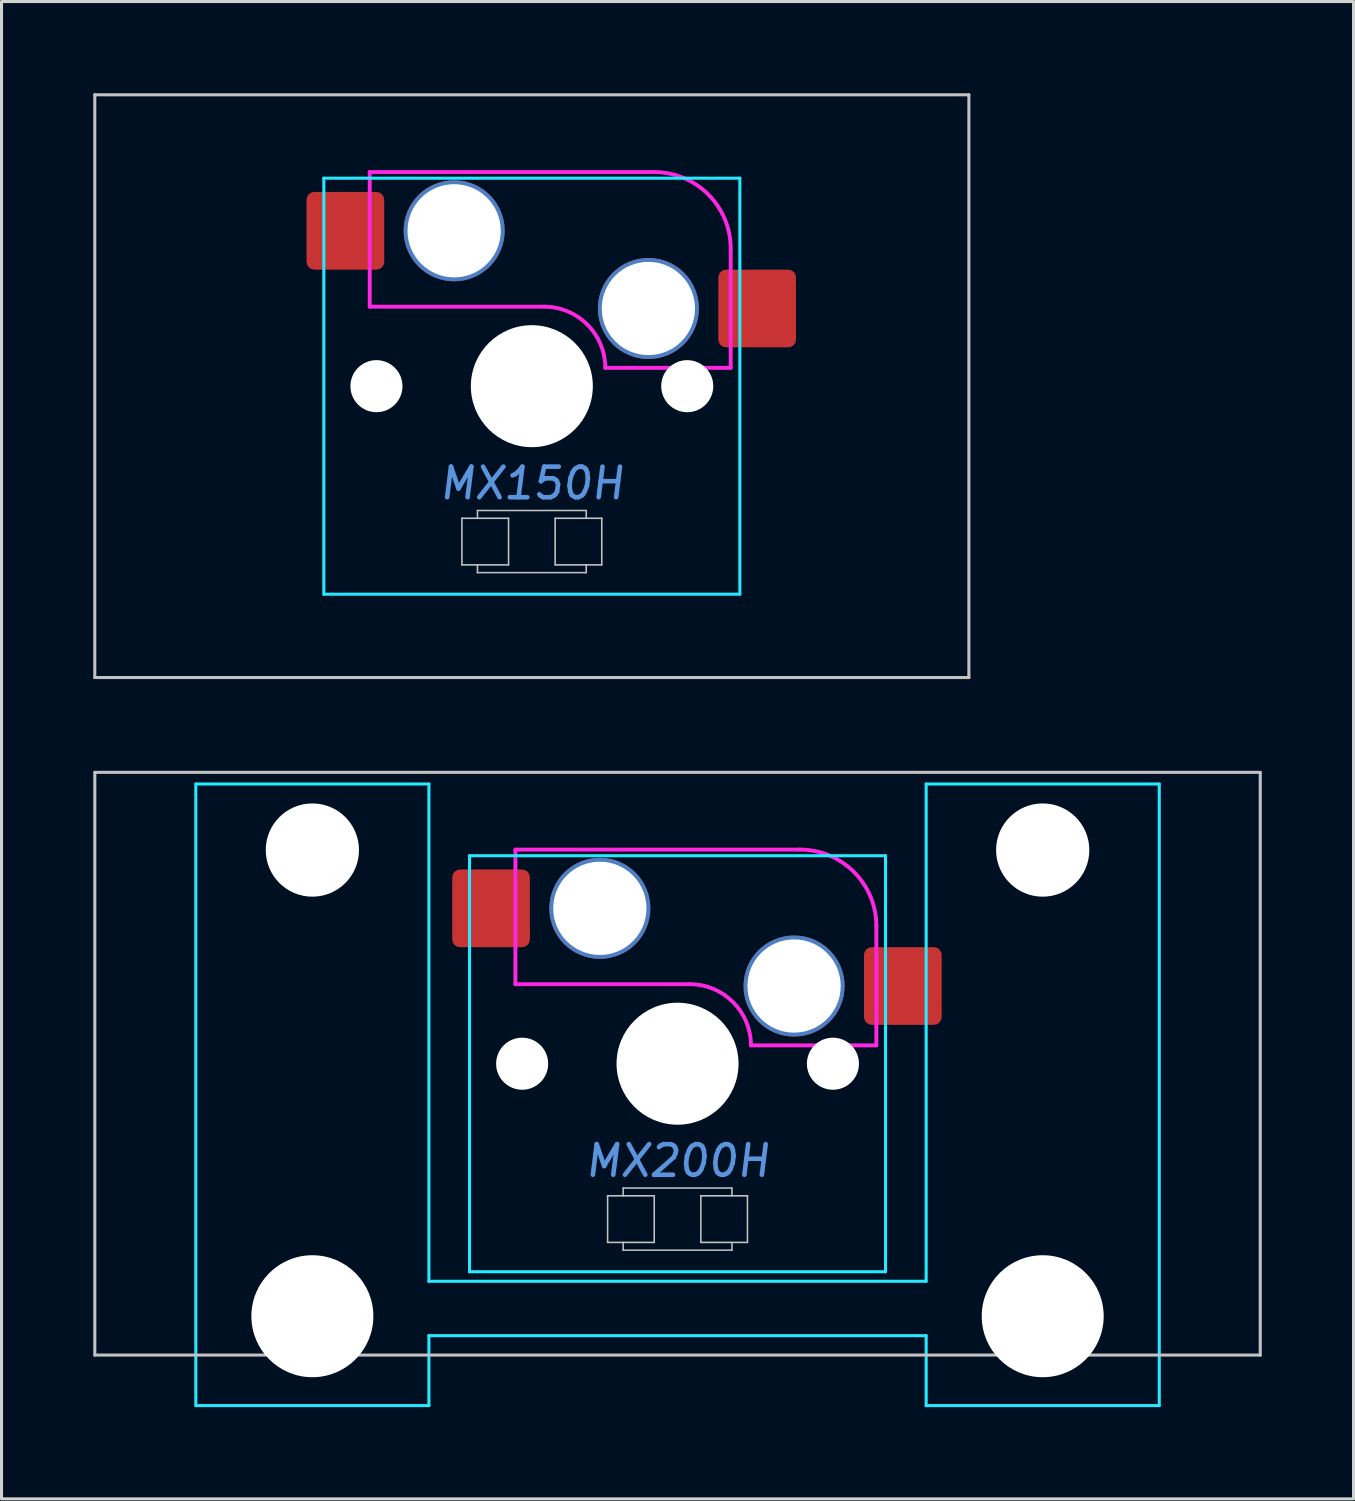
<source format=kicad_pcb>
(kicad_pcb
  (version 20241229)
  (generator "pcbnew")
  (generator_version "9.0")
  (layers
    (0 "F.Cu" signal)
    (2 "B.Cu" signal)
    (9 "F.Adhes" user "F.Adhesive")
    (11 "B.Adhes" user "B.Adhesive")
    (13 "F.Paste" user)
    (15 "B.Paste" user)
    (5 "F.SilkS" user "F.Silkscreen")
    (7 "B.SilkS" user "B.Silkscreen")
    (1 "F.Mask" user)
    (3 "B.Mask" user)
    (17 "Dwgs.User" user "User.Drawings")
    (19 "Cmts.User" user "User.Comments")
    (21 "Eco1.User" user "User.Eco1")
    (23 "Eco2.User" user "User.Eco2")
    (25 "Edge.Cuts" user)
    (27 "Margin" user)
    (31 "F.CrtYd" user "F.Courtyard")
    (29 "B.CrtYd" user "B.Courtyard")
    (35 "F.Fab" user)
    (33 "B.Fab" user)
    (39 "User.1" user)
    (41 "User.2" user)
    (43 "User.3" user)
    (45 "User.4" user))
  (footprint "MX200H"
    (layer "F.Cu")
    (at 16.56 26.645)
    (property "Reference" "MX200H" (at 2.54 8.255 0) (layer "Cmts.User") (effects (font (size 1 1) (thickness 0.15) (italic yes))))
    (attr smd)
    (fp_line (start -16.51 -4.445) (end -16.51 14.605) (stroke (width 0.1) (type solid)) (layer "Dwgs.User"))
    (fp_line (start -16.51 -4.445) (end 21.59 -4.445) (stroke (width 0.1) (type solid)) (layer "Dwgs.User"))
    (fp_line (start -16.51 14.605) (end 21.59 14.605) (stroke (width 0.1) (type solid)) (layer "Dwgs.User"))
    (fp_line (start 0.254 9.398) (end 1.778 9.398) (stroke (width 0.051) (type solid)) (layer "Dwgs.User"))
    (fp_line (start 0.254 10.922) (end 0.254 9.398) (stroke (width 0.051) (type solid)) (layer "Dwgs.User"))
    (fp_line (start 0.762 9.144) (end 4.318 9.144) (stroke (width 0.051) (type solid)) (layer "Dwgs.User"))
    (fp_line (start 0.762 9.398) (end 0.762 9.144) (stroke (width 0.051) (type solid)) (layer "Dwgs.User"))
    (fp_line (start 0.762 11.176) (end 0.762 10.922) (stroke (width 0.051) (type solid)) (layer "Dwgs.User"))
    (fp_line (start 1.778 9.398) (end 1.778 10.922) (stroke (width 0.051) (type solid)) (layer "Dwgs.User"))
    (fp_line (start 1.778 10.922) (end 0.254 10.922) (stroke (width 0.051) (type solid)) (layer "Dwgs.User"))
    (fp_line (start 3.302 9.398) (end 4.826 9.398) (stroke (width 0.051) (type solid)) (layer "Dwgs.User"))
    (fp_line (start 3.302 10.922) (end 3.302 9.398) (stroke (width 0.051) (type solid)) (layer "Dwgs.User"))
    (fp_line (start 4.318 9.144) (end 4.318 9.398) (stroke (width 0.051) (type solid)) (layer "Dwgs.User"))
    (fp_line (start 4.318 10.922) (end 4.318 11.176) (stroke (width 0.051) (type solid)) (layer "Dwgs.User"))
    (fp_line (start 4.318 11.176) (end 0.762 11.176) (stroke (width 0.051) (type solid)) (layer "Dwgs.User"))
    (fp_line (start 4.826 9.398) (end 4.826 10.922) (stroke (width 0.051) (type solid)) (layer "Dwgs.User"))
    (fp_line (start 4.826 10.922) (end 3.302 10.922) (stroke (width 0.051) (type solid)) (layer "Dwgs.User"))
    (fp_line (start 21.59 -4.445) (end 21.59 14.605) (stroke (width 0.1) (type solid)) (layer "Dwgs.User"))
    (fp_line (start -12.898 -0.405) (end -12.898 13.595) (stroke (width 0.1) (type solid)) (layer "Eco1.User"))
    (fp_line (start -12.398 -0.905) (end -6.398 -0.905) (stroke (width 0.1) (type solid)) (layer "Eco1.User"))
    (fp_line (start -6.398 14.095) (end -12.398 14.095) (stroke (width 0.1) (type solid)) (layer "Eco1.User"))
    (fp_line (start -5.898 13.595) (end -5.898 -0.405) (stroke (width 0.1) (type solid)) (layer "Eco1.User"))
    (fp_line (start -4.46 -1.42) (end -4.46 11.58) (stroke (width 0.1) (type solid)) (layer "Eco1.User"))
    (fp_line (start -3.96 12.08) (end 9.04 12.08) (stroke (width 0.1) (type solid)) (layer "Eco1.User"))
    (fp_line (start 9.04 -1.92) (end -3.96 -1.92) (stroke (width 0.1) (type solid)) (layer "Eco1.User"))
    (fp_line (start 9.54 11.58) (end 9.54 -1.42) (stroke (width 0.1) (type solid)) (layer "Eco1.User"))
    (fp_line (start 10.978 -0.405) (end 10.978 13.595) (stroke (width 0.1) (type solid)) (layer "Eco1.User"))
    (fp_line (start 11.478 -0.905) (end 17.478 -0.905) (stroke (width 0.1) (type solid)) (layer "Eco1.User"))
    (fp_line (start 17.478 14.095) (end 11.478 14.095) (stroke (width 0.1) (type solid)) (layer "Eco1.User"))
    (fp_line (start 17.978 13.595) (end 17.978 -0.405) (stroke (width 0.1) (type solid)) (layer "Eco1.User"))
    (fp_arc (start -12.898 -0.405) (mid -12.751553 -0.758553) (end -12.398 -0.905) (stroke (width 0.1) (type solid)) (layer "Eco1.User"))
    (fp_arc (start -12.398 14.095) (mid -12.751553 13.948553) (end -12.898 13.595) (stroke (width 0.1) (type solid)) (layer "Eco1.User"))
    (fp_arc (start -6.398 -0.905) (mid -6.044447 -0.758553) (end -5.898 -0.405) (stroke (width 0.1) (type solid)) (layer "Eco1.User"))
    (fp_arc (start -5.898 13.595) (mid -6.044447 13.948553) (end -6.398 14.095) (stroke (width 0.1) (type solid)) (layer "Eco1.User"))
    (fp_arc (start -4.46 -1.42) (mid -4.313553 -1.773553) (end -3.96 -1.92) (stroke (width 0.1) (type solid)) (layer "Eco1.User"))
    (fp_arc (start -3.96 12.08) (mid -4.313553 11.933553) (end -4.46 11.58) (stroke (width 0.1) (type solid)) (layer "Eco1.User"))
    (fp_arc (start 9.04 -1.92) (mid 9.393553 -1.773553) (end 9.54 -1.42) (stroke (width 0.1) (type solid)) (layer "Eco1.User"))
    (fp_arc (start 9.54 11.58) (mid 9.393553 11.933553) (end 9.04 12.08) (stroke (width 0.1) (type solid)) (layer "Eco1.User"))
    (fp_arc (start 10.978 -0.405) (mid 11.124447 -0.758553) (end 11.478 -0.905) (stroke (width 0.1) (type solid)) (layer "Eco1.User"))
    (fp_arc (start 11.478 14.095) (mid 11.124447 13.948553) (end 10.978 13.595) (stroke (width 0.1) (type solid)) (layer "Eco1.User"))
    (fp_arc (start 17.478 -0.905) (mid 17.831553 -0.758553) (end 17.978 -0.405) (stroke (width 0.1) (type solid)) (layer "Eco1.User"))
    (fp_arc (start 17.978 13.595) (mid 17.831553 13.948553) (end 17.478 14.095) (stroke (width 0.1) (type solid)) (layer "Eco1.User"))
    (fp_line (start -13.208 -4.064) (end -13.208 16.256) (stroke (width 0.1) (type solid)) (layer "B.CrtYd"))
    (fp_line (start -13.208 16.256) (end -5.588 16.256) (stroke (width 0.1) (type solid)) (layer "B.CrtYd"))
    (fp_line (start -5.588 -4.064) (end -13.208 -4.064) (stroke (width 0.1) (type solid)) (layer "B.CrtYd"))
    (fp_line (start -5.588 12.192) (end -5.588 -4.064) (stroke (width 0.1) (type solid)) (layer "B.CrtYd"))
    (fp_line (start -5.588 12.192) (end 10.668 12.192) (stroke (width 0.1) (type solid)) (layer "B.CrtYd"))
    (fp_line (start -5.588 13.97) (end -5.588 16.256) (stroke (width 0.1) (type solid)) (layer "B.CrtYd"))
    (fp_line (start -5.588 13.97) (end 10.668 13.97) (stroke (width 0.1) (type solid)) (layer "B.CrtYd"))
    (fp_line (start -4.26 -1.72) (end -4.26 11.88) (stroke (width 0.1) (type solid)) (layer "B.CrtYd"))
    (fp_line (start 9.34 -1.72) (end -4.26 -1.72) (stroke (width 0.1) (type solid)) (layer "B.CrtYd"))
    (fp_line (start 9.34 -1.72) (end 9.34 11.88) (stroke (width 0.1) (type solid)) (layer "B.CrtYd"))
    (fp_line (start 9.34 11.88) (end -4.26 11.88) (stroke (width 0.1) (type solid)) (layer "B.CrtYd"))
    (fp_line (start 10.668 12.192) (end 10.668 -4.064) (stroke (width 0.1) (type solid)) (layer "B.CrtYd"))
    (fp_line (start 10.668 13.97) (end 10.668 16.256) (stroke (width 0.1) (type solid)) (layer "B.CrtYd"))
    (fp_line (start 10.668 16.256) (end 18.288 16.256) (stroke (width 0.1) (type solid)) (layer "B.CrtYd"))
    (fp_line (start 18.288 -4.064) (end 10.668 -4.064) (stroke (width 0.1) (type solid)) (layer "B.CrtYd"))
    (fp_line (start 18.288 16.256) (end 18.288 -4.064) (stroke (width 0.1) (type solid)) (layer "B.CrtYd"))
    (fp_line (start -2.76 -1.92) (end -2.76 2.48) (stroke (width 0.127) (type solid)) (layer "F.CrtYd"))
    (fp_line (start -2.76 -1.92) (end 6.54 -1.92) (stroke (width 0.127) (type solid)) (layer "F.CrtYd"))
    (fp_line (start 2.94 2.48) (end -2.76 2.48) (stroke (width 0.127) (type solid)) (layer "F.CrtYd"))
    (fp_line (start 9.04 0.58) (end 9.04 4.48) (stroke (width 0.127) (type solid)) (layer "F.CrtYd"))
    (fp_line (start 9.04 4.48) (end 4.94 4.48) (stroke (width 0.127) (type solid)) (layer "F.CrtYd"))
    (fp_arc (start 2.94 2.48) (mid 4.354214 3.065786) (end 4.94 4.48) (stroke (width 0.127) (type solid)) (layer "F.CrtYd"))
    (fp_arc (start 6.54 -1.92) (mid 8.307767 -1.187767) (end 9.04 0.58) (stroke (width 0.127) (type solid)) (layer "F.CrtYd"))
    (pad "" np_thru_hole circle (at -9.398 -1.905) (size 3.048 3.048) (drill 3.048) (layers "*.Cu" "*.Mask"))
    (pad "" np_thru_hole circle (at -9.398 13.335) (size 3.988 3.988) (drill 3.988) (layers "*.Cu" "*.Mask"))
    (pad "" np_thru_hole circle (at -2.54 5.08) (size 1.702 1.702) (drill 1.702) (layers "*.Cu" "*.Mask"))
    (pad "" np_thru_hole circle (at 0 0) (size 3.302 3.302) (drill 3.048) (layers "*.Cu" "*.Mask"))
    (pad "" np_thru_hole circle (at 2.54 5.08) (size 3.988 3.988) (drill 3.988) (layers "*.Cu" "*.Mask"))
    (pad "" np_thru_hole circle (at 6.35 2.54) (size 3.302 3.302) (drill 3.048) (layers "*.Cu" "*.Mask"))
    (pad "" np_thru_hole circle (at 7.62 5.08) (size 1.702 1.702) (drill 1.702) (layers "*.Cu" "*.Mask"))
    (pad "" np_thru_hole circle (at 14.478 -1.905) (size 3.048 3.048) (drill 3.048) (layers "*.Cu" "*.Mask"))
    (pad "" np_thru_hole circle (at 14.478 13.335) (size 3.988 3.988) (drill 3.988) (layers "*.Cu" "*.Mask"))
    (pad "1" smd roundrect (at -3.556 0) (size 2.54 2.54) (layers "F.Cu" "F.Mask") (roundrect_rratio 0.1))
    (pad "2" smd roundrect (at 9.906 2.54) (size 2.54 2.54) (layers "F.Cu" "F.Mask") (roundrect_rratio 0.1)))
  (footprint "MX150H"
    (layer "F.Cu")
    (at 11.797 4.495)
    (property "Reference" "MX150H" (at 2.54 8.255 0) (layer "Cmts.User") (effects (font (size 1 1) (thickness 0.15) (italic yes))))
    (attr smd)
    (fp_line (start -11.748 -4.445) (end -11.748 14.605) (stroke (width 0.1) (type solid)) (layer "Dwgs.User"))
    (fp_line (start -11.748 -4.445) (end 16.828 -4.445) (stroke (width 0.1) (type solid)) (layer "Dwgs.User"))
    (fp_line (start -11.748 14.605) (end 16.828 14.605) (stroke (width 0.1) (type solid)) (layer "Dwgs.User"))
    (fp_line (start 0.254 9.398) (end 0.254 10.922) (stroke (width 0.051) (type solid)) (layer "Dwgs.User"))
    (fp_line (start 0.254 10.922) (end 1.778 10.922) (stroke (width 0.051) (type solid)) (layer "Dwgs.User"))
    (fp_line (start 0.762 9.144) (end 0.762 9.398) (stroke (width 0.051) (type solid)) (layer "Dwgs.User"))
    (fp_line (start 0.762 11.176) (end 0.762 10.922) (stroke (width 0.051) (type solid)) (layer "Dwgs.User"))
    (fp_line (start 0.762 11.176) (end 4.318 11.176) (stroke (width 0.051) (type solid)) (layer "Dwgs.User"))
    (fp_line (start 1.778 9.398) (end 0.254 9.398) (stroke (width 0.051) (type solid)) (layer "Dwgs.User"))
    (fp_line (start 1.778 10.922) (end 1.778 9.398) (stroke (width 0.051) (type solid)) (layer "Dwgs.User"))
    (fp_line (start 3.302 9.398) (end 4.826 9.398) (stroke (width 0.051) (type solid)) (layer "Dwgs.User"))
    (fp_line (start 3.302 10.922) (end 3.302 9.398) (stroke (width 0.051) (type solid)) (layer "Dwgs.User"))
    (fp_line (start 4.318 9.144) (end 0.762 9.144) (stroke (width 0.051) (type solid)) (layer "Dwgs.User"))
    (fp_line (start 4.318 9.398) (end 4.318 9.144) (stroke (width 0.051) (type solid)) (layer "Dwgs.User"))
    (fp_line (start 4.318 11.176) (end 4.318 10.922) (stroke (width 0.051) (type solid)) (layer "Dwgs.User"))
    (fp_line (start 4.826 9.398) (end 4.826 10.922) (stroke (width 0.051) (type solid)) (layer "Dwgs.User"))
    (fp_line (start 4.826 10.922) (end 3.302 10.922) (stroke (width 0.051) (type solid)) (layer "Dwgs.User"))
    (fp_line (start 16.828 14.605) (end 16.828 -4.445) (stroke (width 0.1) (type solid)) (layer "Dwgs.User"))
    (fp_line (start -4.46 -1.42) (end -4.46 11.58) (stroke (width 0.1) (type solid)) (layer "Eco1.User"))
    (fp_line (start -3.96 12.08) (end 9.04 12.08) (stroke (width 0.1) (type solid)) (layer "Eco1.User"))
    (fp_line (start 9.04 -1.92) (end -3.96 -1.92) (stroke (width 0.1) (type solid)) (layer "Eco1.User"))
    (fp_line (start 9.54 11.58) (end 9.54 -1.42) (stroke (width 0.1) (type solid)) (layer "Eco1.User"))
    (fp_arc (start -4.46 -1.42) (mid -4.313553 -1.773553) (end -3.96 -1.92) (stroke (width 0.1) (type solid)) (layer "Eco1.User"))
    (fp_arc (start -3.96 12.08) (mid -4.313553 11.933553) (end -4.46 11.58) (stroke (width 0.1) (type solid)) (layer "Eco1.User"))
    (fp_arc (start 9.04 -1.92) (mid 9.393553 -1.773553) (end 9.54 -1.42) (stroke (width 0.1) (type solid)) (layer "Eco1.User"))
    (fp_arc (start 9.54 11.58) (mid 9.393553 11.933553) (end 9.04 12.08) (stroke (width 0.1) (type solid)) (layer "Eco1.User"))
    (fp_line (start -4.26 -1.72) (end -4.26 11.88) (stroke (width 0.1) (type solid)) (layer "B.CrtYd"))
    (fp_line (start -4.26 -1.72) (end 9.34 -1.72) (stroke (width 0.1) (type solid)) (layer "B.CrtYd"))
    (fp_line (start 9.34 11.88) (end -4.26 11.88) (stroke (width 0.1) (type solid)) (layer "B.CrtYd"))
    (fp_line (start 9.34 11.88) (end 9.34 -1.72) (stroke (width 0.1) (type solid)) (layer "B.CrtYd"))
    (fp_line (start -2.76 -1.92) (end -2.76 2.48) (stroke (width 0.127) (type solid)) (layer "F.CrtYd"))
    (fp_line (start -2.76 -1.92) (end 6.54 -1.92) (stroke (width 0.127) (type solid)) (layer "F.CrtYd"))
    (fp_line (start 2.94 2.48) (end -2.76 2.48) (stroke (width 0.127) (type solid)) (layer "F.CrtYd"))
    (fp_line (start 9.04 0.58) (end 9.04 4.48) (stroke (width 0.127) (type solid)) (layer "F.CrtYd"))
    (fp_line (start 9.04 4.48) (end 4.94 4.48) (stroke (width 0.127) (type solid)) (layer "F.CrtYd"))
    (fp_arc (start 2.94 2.48) (mid 4.354214 3.065786) (end 4.94 4.48) (stroke (width 0.127) (type solid)) (layer "F.CrtYd"))
    (fp_arc (start 6.54 -1.92) (mid 8.307767 -1.187767) (end 9.04 0.58) (stroke (width 0.127) (type solid)) (layer "F.CrtYd"))
    (pad "" np_thru_hole circle (at -2.54 5.08) (size 1.702 1.702) (drill 1.702) (layers "*.Cu" "*.Mask"))
    (pad "" np_thru_hole circle (at 0 0) (size 3.302 3.302) (drill 3.048) (layers "*.Cu" "*.Mask"))
    (pad "" np_thru_hole circle (at 2.54 5.08) (size 3.988 3.988) (drill 3.988) (layers "*.Cu" "*.Mask"))
    (pad "" np_thru_hole circle (at 6.35 2.54 90) (size 3.302 3.302) (drill 3.048) (layers "*.Cu" "*.Mask"))
    (pad "" np_thru_hole circle (at 7.62 5.08) (size 1.702 1.702) (drill 1.702) (layers "*.Cu" "*.Mask"))
    (pad "1" smd roundrect (at -3.556 0) (size 2.54 2.54) (layers "F.Cu" "F.Mask") (roundrect_rratio 0.1))
    (pad "2" smd roundrect (at 9.906 2.54) (size 2.54 2.54) (layers "F.Cu" "F.Mask") (roundrect_rratio 0.1)))
  (gr_rect
    (start -3 -3)
    (end 41.2 45.951)
    (stroke (width 0.1) (type default))
    (fill no)
    (layer "Edge.Cuts")))
</source>
